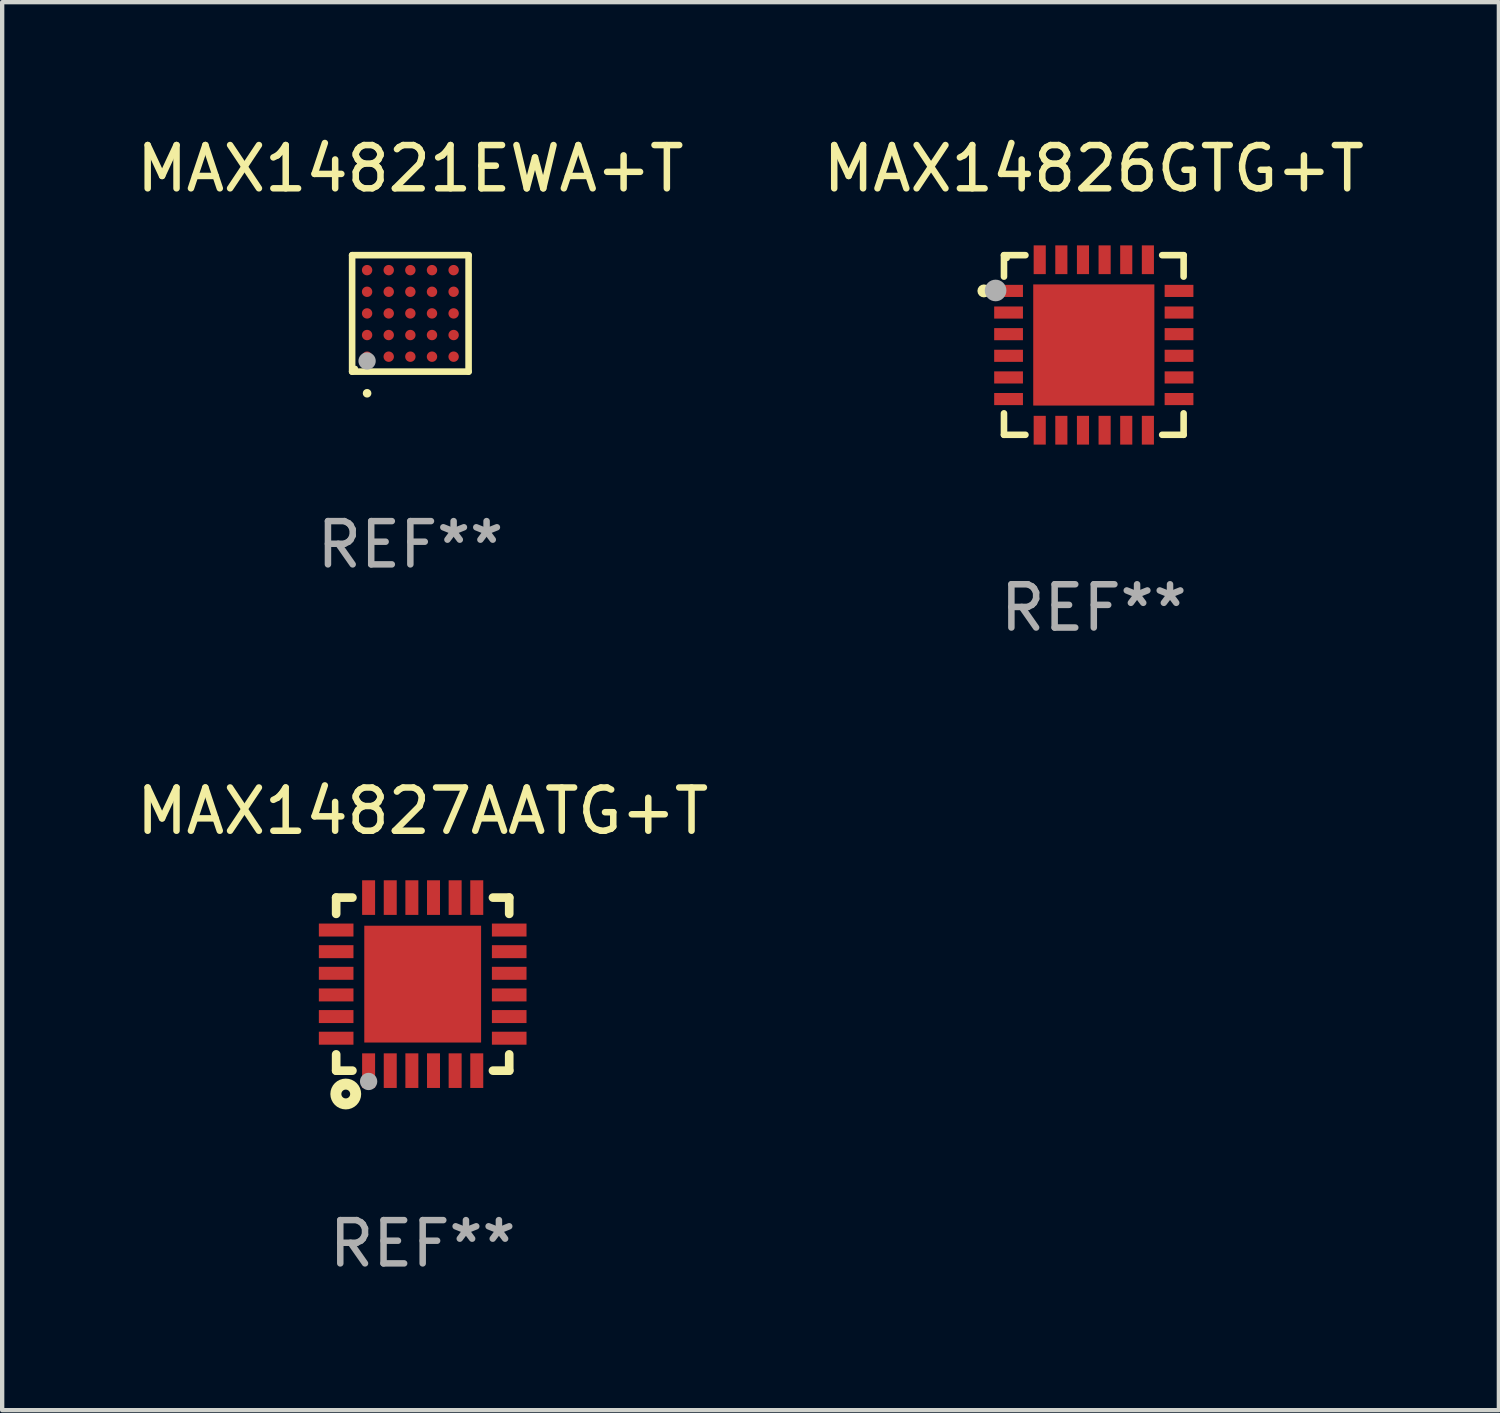
<source format=kicad_pcb>
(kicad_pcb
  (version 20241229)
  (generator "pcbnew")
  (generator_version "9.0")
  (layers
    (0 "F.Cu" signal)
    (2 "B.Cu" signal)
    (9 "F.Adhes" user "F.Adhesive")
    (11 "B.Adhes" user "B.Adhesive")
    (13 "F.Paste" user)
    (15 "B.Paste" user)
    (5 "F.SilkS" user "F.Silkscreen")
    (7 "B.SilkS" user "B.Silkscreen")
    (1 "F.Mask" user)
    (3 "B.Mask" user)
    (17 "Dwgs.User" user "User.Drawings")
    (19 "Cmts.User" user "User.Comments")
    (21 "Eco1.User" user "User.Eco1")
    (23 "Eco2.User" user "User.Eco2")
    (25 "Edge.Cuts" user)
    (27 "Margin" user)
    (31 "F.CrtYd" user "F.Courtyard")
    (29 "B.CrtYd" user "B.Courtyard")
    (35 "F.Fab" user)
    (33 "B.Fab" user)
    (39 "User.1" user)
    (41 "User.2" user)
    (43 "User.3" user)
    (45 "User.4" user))
  (footprint "MAX14827AATG+T"
    (layer "F.Cu")
    (at 6.72 19.697)
    (property "Reference" "MAX14827AATG+T" (at 0 -4 0) (layer "F.SilkS") (effects (font (size 1 1) (thickness 0.15))))
    (attr through_hole)
    (fp_line (start -2 -2) (end -1.624 -2) (stroke (width 0.2) (type solid)) (layer "F.SilkS"))
    (fp_line (start -2 -1.624) (end -2 -2) (stroke (width 0.2) (type solid)) (layer "F.SilkS"))
    (fp_line (start -2 2) (end -2 1.624) (stroke (width 0.2) (type solid)) (layer "F.SilkS"))
    (fp_line (start -2 2) (end -1.624 2) (stroke (width 0.2) (type solid)) (layer "F.SilkS"))
    (fp_line (start 1.624 -2) (end 2 -2) (stroke (width 0.2) (type solid)) (layer "F.SilkS"))
    (fp_line (start 1.624 2) (end 2 2) (stroke (width 0.2) (type solid)) (layer "F.SilkS"))
    (fp_line (start 2 -2) (end 2 -1.624) (stroke (width 0.2) (type solid)) (layer "F.SilkS"))
    (fp_line (start 2 1.624) (end 2 2) (stroke (width 0.2) (type solid)) (layer "F.SilkS"))
    (fp_circle (center -2 2) (end -1.97 2) (stroke (width 0.06) (type solid)) (fill no) (layer "F.SilkS"))
    (fp_circle (center -1.778 2.54) (end -1.676 2.54) (stroke (width 0.254) (type solid)) (fill no) (layer "F.SilkS"))
    (fp_circle (center -1.25 2.25) (end -1.15 2.25) (stroke (width 0.2) (type solid)) (fill no) (layer "F.Fab"))
    (fp_text user "REF**" (at 0 6 0) (layer "F.Fab") (effects (font (size 1 1) (thickness 0.15))))
    (pad "1" smd rect (at -1.25 2) (size 0.3 0.8) (layers "F.Cu" "F.Mask" "F.Paste"))
    (pad "2" smd rect (at -0.75 2) (size 0.3 0.8) (layers "F.Cu" "F.Mask" "F.Paste"))
    (pad "3" smd rect (at -0.25 2) (size 0.3 0.8) (layers "F.Cu" "F.Mask" "F.Paste"))
    (pad "4" smd rect (at 0.25 2) (size 0.3 0.8) (layers "F.Cu" "F.Mask" "F.Paste"))
    (pad "5" smd rect (at 0.75 2) (size 0.3 0.8) (layers "F.Cu" "F.Mask" "F.Paste"))
    (pad "6" smd rect (at 1.25 2) (size 0.3 0.8) (layers "F.Cu" "F.Mask" "F.Paste"))
    (pad "7" smd rect (at 2 1.25 90) (size 0.3 0.8) (layers "F.Cu" "F.Mask" "F.Paste"))
    (pad "8" smd rect (at 2 0.75 90) (size 0.3 0.8) (layers "F.Cu" "F.Mask" "F.Paste"))
    (pad "9" smd rect (at 2 0.25 90) (size 0.3 0.8) (layers "F.Cu" "F.Mask" "F.Paste"))
    (pad "10" smd rect (at 2 -0.25 90) (size 0.3 0.8) (layers "F.Cu" "F.Mask" "F.Paste"))
    (pad "11" smd rect (at 2 -0.75 90) (size 0.3 0.8) (layers "F.Cu" "F.Mask" "F.Paste"))
    (pad "12" smd rect (at 2 -1.25 90) (size 0.3 0.8) (layers "F.Cu" "F.Mask" "F.Paste"))
    (pad "13" smd rect (at 1.25 -2 180) (size 0.3 0.8) (layers "F.Cu" "F.Mask" "F.Paste"))
    (pad "14" smd rect (at 0.75 -2 180) (size 0.3 0.8) (layers "F.Cu" "F.Mask" "F.Paste"))
    (pad "15" smd rect (at 0.25 -2 180) (size 0.3 0.8) (layers "F.Cu" "F.Mask" "F.Paste"))
    (pad "16" smd rect (at -0.25 -2 180) (size 0.3 0.8) (layers "F.Cu" "F.Mask" "F.Paste"))
    (pad "17" smd rect (at -0.75 -2 180) (size 0.3 0.8) (layers "F.Cu" "F.Mask" "F.Paste"))
    (pad "18" smd rect (at -1.25 -2 180) (size 0.3 0.8) (layers "F.Cu" "F.Mask" "F.Paste"))
    (pad "19" smd rect (at -2 -1.25 270) (size 0.3 0.8) (layers "F.Cu" "F.Mask" "F.Paste"))
    (pad "20" smd rect (at -2 -0.75 270) (size 0.3 0.8) (layers "F.Cu" "F.Mask" "F.Paste"))
    (pad "21" smd rect (at -2 -0.25 270) (size 0.3 0.8) (layers "F.Cu" "F.Mask" "F.Paste"))
    (pad "22" smd rect (at -2 0.25 270) (size 0.3 0.8) (layers "F.Cu" "F.Mask" "F.Paste"))
    (pad "23" smd rect (at -2 0.75 270) (size 0.3 0.8) (layers "F.Cu" "F.Mask" "F.Paste"))
    (pad "24" smd rect (at -2 1.25 270) (size 0.3 0.8) (layers "F.Cu" "F.Mask" "F.Paste"))
    (pad "25" smd rect (at 0 0) (size 2.7 2.7) (layers "F.Cu" "F.Mask" "F.Paste")))
  (footprint "MAX14821EWA+T"
    (layer "F.Cu")
    (at 6.435 4.194)
    (property "Reference" "MAX14821EWA+T" (at 0 -3.346 0) (layer "F.SilkS") (effects (font (size 1 1) (thickness 0.15))))
    (attr through_hole)
    (fp_line (start -1.346 -1.346) (end 1.346 -1.346) (stroke (width 0.152) (type solid)) (layer "F.SilkS"))
    (fp_line (start -1.346 1.346) (end -1.346 -1.346) (stroke (width 0.152) (type solid)) (layer "F.SilkS"))
    (fp_line (start 1.346 -1.346) (end 1.346 1.346) (stroke (width 0.152) (type solid)) (layer "F.SilkS"))
    (fp_line (start 1.346 1.346) (end -1.346 1.346) (stroke (width 0.152) (type solid)) (layer "F.SilkS"))
    (fp_circle (center -1.27 1.27) (end -1.24 1.27) (stroke (width 0.06) (type solid)) (fill no) (layer "F.SilkS"))
    (fp_circle (center -1 1.846) (end -0.95 1.846) (stroke (width 0.1) (type solid)) (fill no) (layer "F.SilkS"))
    (fp_circle (center -1 1.1) (end -0.9 1.1) (stroke (width 0.2) (type solid)) (fill no) (layer "F.Fab"))
    (fp_text user "REF**" (at 0 5.346 0) (layer "F.Fab") (effects (font (size 1 1) (thickness 0.15))))
    (pad "A1" smd circle (at -1 1) (size 0.24 0.24) (layers "F.Cu" "F.Mask" "F.Paste"))
    (pad "A2" smd circle (at -1 0.5) (size 0.24 0.24) (layers "F.Cu" "F.Mask" "F.Paste"))
    (pad "A3" smd circle (at -1 0) (size 0.24 0.24) (layers "F.Cu" "F.Mask" "F.Paste"))
    (pad "A4" smd circle (at -1 -0.5) (size 0.24 0.24) (layers "F.Cu" "F.Mask" "F.Paste"))
    (pad "A5" smd circle (at -1 -1) (size 0.24 0.24) (layers "F.Cu" "F.Mask" "F.Paste"))
    (pad "B1" smd circle (at -0.5 1) (size 0.24 0.24) (layers "F.Cu" "F.Mask" "F.Paste"))
    (pad "B2" smd circle (at -0.5 0.5) (size 0.24 0.24) (layers "F.Cu" "F.Mask" "F.Paste"))
    (pad "B3" smd circle (at -0.5 0) (size 0.24 0.24) (layers "F.Cu" "F.Mask" "F.Paste"))
    (pad "B4" smd circle (at -0.5 -0.5) (size 0.24 0.24) (layers "F.Cu" "F.Mask" "F.Paste"))
    (pad "B5" smd circle (at -0.5 -1) (size 0.24 0.24) (layers "F.Cu" "F.Mask" "F.Paste"))
    (pad "C1" smd circle (at 0 1) (size 0.24 0.24) (layers "F.Cu" "F.Mask" "F.Paste"))
    (pad "C2" smd circle (at 0 0.5) (size 0.24 0.24) (layers "F.Cu" "F.Mask" "F.Paste"))
    (pad "C3" smd circle (at 0 0) (size 0.24 0.24) (layers "F.Cu" "F.Mask" "F.Paste"))
    (pad "C4" smd circle (at 0 -0.5) (size 0.24 0.24) (layers "F.Cu" "F.Mask" "F.Paste"))
    (pad "C5" smd circle (at 0 -1) (size 0.24 0.24) (layers "F.Cu" "F.Mask" "F.Paste"))
    (pad "D1" smd circle (at 0.5 1) (size 0.24 0.24) (layers "F.Cu" "F.Mask" "F.Paste"))
    (pad "D2" smd circle (at 0.5 0.5) (size 0.24 0.24) (layers "F.Cu" "F.Mask" "F.Paste"))
    (pad "D3" smd circle (at 0.5 0) (size 0.24 0.24) (layers "F.Cu" "F.Mask" "F.Paste"))
    (pad "D4" smd circle (at 0.5 -0.5) (size 0.24 0.24) (layers "F.Cu" "F.Mask" "F.Paste"))
    (pad "D5" smd circle (at 0.5 -1) (size 0.24 0.24) (layers "F.Cu" "F.Mask" "F.Paste"))
    (pad "E1" smd circle (at 1 1) (size 0.24 0.24) (layers "F.Cu" "F.Mask" "F.Paste"))
    (pad "E2" smd circle (at 1 0.5) (size 0.24 0.24) (layers "F.Cu" "F.Mask" "F.Paste"))
    (pad "E3" smd circle (at 1 0) (size 0.24 0.24) (layers "F.Cu" "F.Mask" "F.Paste"))
    (pad "E4" smd circle (at 1 -0.5) (size 0.24 0.24) (layers "F.Cu" "F.Mask" "F.Paste"))
    (pad "E5" smd circle (at 1 -1) (size 0.24 0.24) (layers "F.Cu" "F.Mask" "F.Paste")))
  (footprint "MAX14826GTG+T"
    (layer "F.Cu")
    (at 22.232 4.924)
    (property "Reference" "MAX14826GTG+T" (at 0 -4.076 0) (layer "F.SilkS") (effects (font (size 1 1) (thickness 0.15))))
    (attr through_hole)
    (fp_line (start -2.076 -2.076) (end -2.076 -1.58) (stroke (width 0.152) (type solid)) (layer "F.SilkS"))
    (fp_line (start -2.076 2.076) (end -2.076 1.58) (stroke (width 0.152) (type solid)) (layer "F.SilkS"))
    (fp_line (start -1.58 -2.076) (end -2.076 -2.076) (stroke (width 0.152) (type solid)) (layer "F.SilkS"))
    (fp_line (start -1.58 2.076) (end -2.076 2.076) (stroke (width 0.152) (type solid)) (layer "F.SilkS"))
    (fp_line (start 1.58 -2.076) (end 2.076 -2.076) (stroke (width 0.152) (type solid)) (layer "F.SilkS"))
    (fp_line (start 1.58 2.076) (end 2.076 2.076) (stroke (width 0.152) (type solid)) (layer "F.SilkS"))
    (fp_line (start 2.076 -2.076) (end 2.076 -1.58) (stroke (width 0.152) (type solid)) (layer "F.SilkS"))
    (fp_line (start 2.076 2.076) (end 2.076 1.58) (stroke (width 0.152) (type solid)) (layer "F.SilkS"))
    (fp_circle (center -2.54 -1.25) (end -2.465 -1.25) (stroke (width 0.15) (type solid)) (fill no) (layer "F.SilkS"))
    (fp_circle (center -2 -2) (end -1.97 -2) (stroke (width 0.06) (type solid)) (fill no) (layer "F.SilkS"))
    (fp_circle (center -2.27 -1.26) (end -2.145 -1.26) (stroke (width 0.25) (type solid)) (fill no) (layer "F.Fab"))
    (fp_text user "REF**" (at 0 6.076 0) (layer "F.Fab") (effects (font (size 1 1) (thickness 0.15))))
    (pad "1" smd rect (at -1.97 -1.25) (size 0.665 0.28) (layers "F.Cu" "F.Mask" "F.Paste"))
    (pad "2" smd rect (at -1.97 -0.75) (size 0.665 0.28) (layers "F.Cu" "F.Mask" "F.Paste"))
    (pad "3" smd rect (at -1.97 -0.25) (size 0.665 0.28) (layers "F.Cu" "F.Mask" "F.Paste"))
    (pad "4" smd rect (at -1.97 0.25) (size 0.665 0.28) (layers "F.Cu" "F.Mask" "F.Paste"))
    (pad "5" smd rect (at -1.97 0.75) (size 0.665 0.28) (layers "F.Cu" "F.Mask" "F.Paste"))
    (pad "6" smd rect (at -1.97 1.25) (size 0.665 0.28) (layers "F.Cu" "F.Mask" "F.Paste"))
    (pad "7" smd rect (at -1.25 1.97) (size 0.28 0.665) (layers "F.Cu" "F.Mask" "F.Paste"))
    (pad "8" smd rect (at -0.75 1.97) (size 0.28 0.665) (layers "F.Cu" "F.Mask" "F.Paste"))
    (pad "9" smd rect (at -0.25 1.97) (size 0.28 0.665) (layers "F.Cu" "F.Mask" "F.Paste"))
    (pad "10" smd rect (at 0.25 1.97) (size 0.28 0.665) (layers "F.Cu" "F.Mask" "F.Paste"))
    (pad "11" smd rect (at 0.75 1.97) (size 0.28 0.665) (layers "F.Cu" "F.Mask" "F.Paste"))
    (pad "12" smd rect (at 1.25 1.97) (size 0.28 0.665) (layers "F.Cu" "F.Mask" "F.Paste"))
    (pad "13" smd rect (at 1.97 1.25) (size 0.665 0.28) (layers "F.Cu" "F.Mask" "F.Paste"))
    (pad "14" smd rect (at 1.97 0.75) (size 0.665 0.28) (layers "F.Cu" "F.Mask" "F.Paste"))
    (pad "15" smd rect (at 1.97 0.25) (size 0.665 0.28) (layers "F.Cu" "F.Mask" "F.Paste"))
    (pad "16" smd rect (at 1.97 -0.25) (size 0.665 0.28) (layers "F.Cu" "F.Mask" "F.Paste"))
    (pad "17" smd rect (at 1.97 -0.75) (size 0.665 0.28) (layers "F.Cu" "F.Mask" "F.Paste"))
    (pad "18" smd rect (at 1.97 -1.25) (size 0.665 0.28) (layers "F.Cu" "F.Mask" "F.Paste"))
    (pad "19" smd rect (at 1.25 -1.97) (size 0.28 0.665) (layers "F.Cu" "F.Mask" "F.Paste"))
    (pad "20" smd rect (at 0.75 -1.97) (size 0.28 0.665) (layers "F.Cu" "F.Mask" "F.Paste"))
    (pad "21" smd rect (at 0.25 -1.97) (size 0.28 0.665) (layers "F.Cu" "F.Mask" "F.Paste"))
    (pad "22" smd rect (at -0.25 -1.97) (size 0.28 0.665) (layers "F.Cu" "F.Mask" "F.Paste"))
    (pad "23" smd rect (at -0.75 -1.97) (size 0.28 0.665) (layers "F.Cu" "F.Mask" "F.Paste"))
    (pad "24" smd rect (at -1.25 -1.97) (size 0.28 0.665) (layers "F.Cu" "F.Mask" "F.Paste"))
    (pad "25" smd rect (at 0 0) (size 2.8 2.8) (layers "F.Cu" "F.Mask" "F.Paste")))
  (gr_rect
    (start -3 -3)
    (end 31.595 29.545)
    (stroke (width 0.1) (type default))
    (fill no)
    (layer "Edge.Cuts")))
</source>
